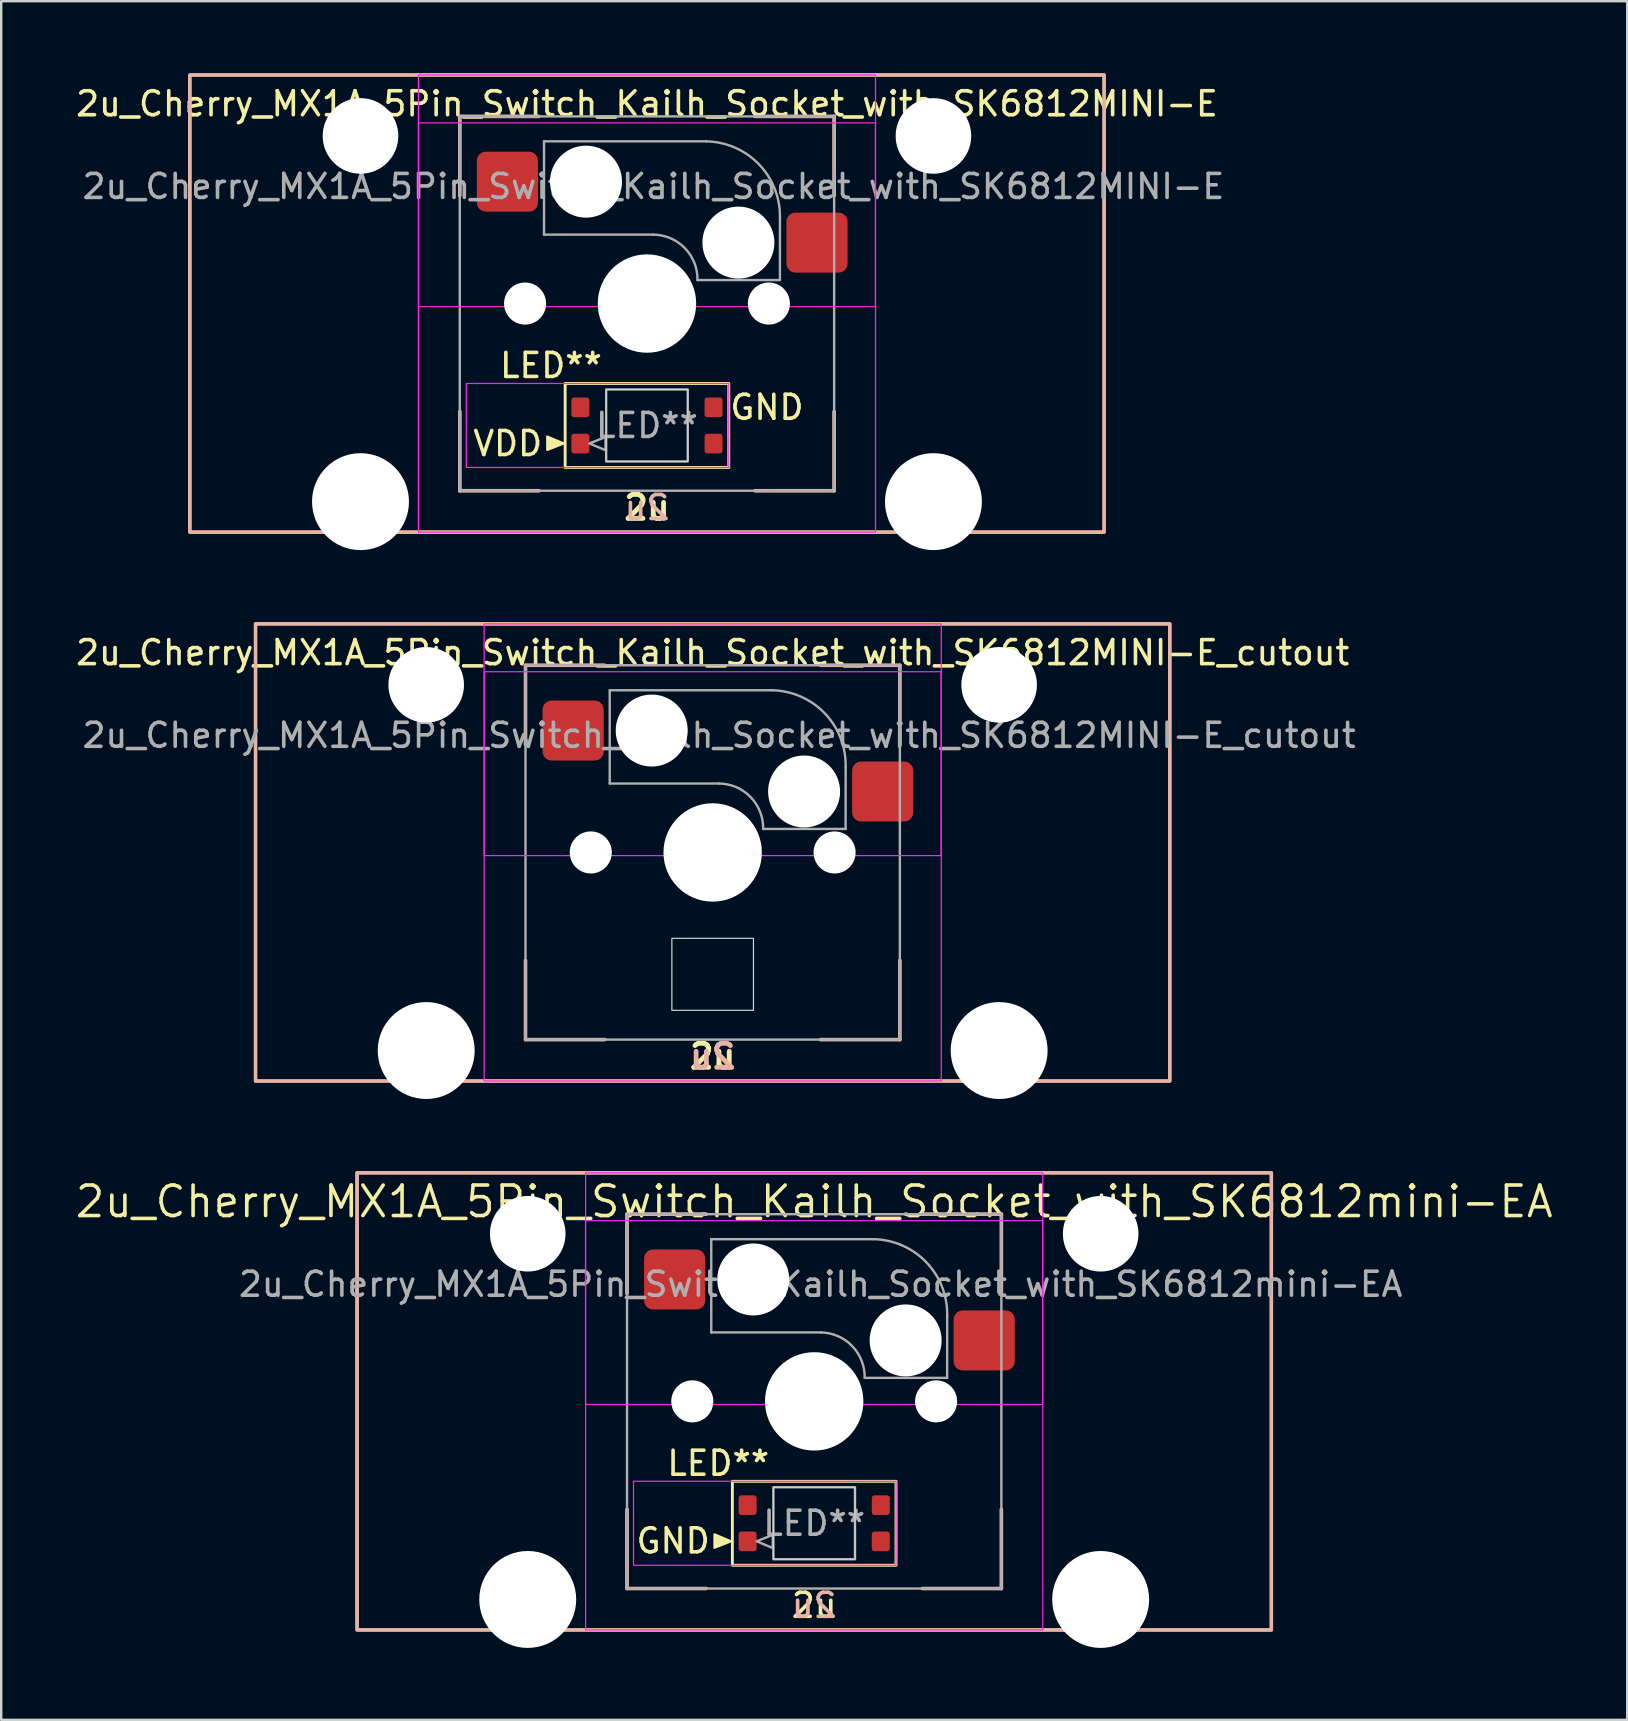
<source format=kicad_pcb>
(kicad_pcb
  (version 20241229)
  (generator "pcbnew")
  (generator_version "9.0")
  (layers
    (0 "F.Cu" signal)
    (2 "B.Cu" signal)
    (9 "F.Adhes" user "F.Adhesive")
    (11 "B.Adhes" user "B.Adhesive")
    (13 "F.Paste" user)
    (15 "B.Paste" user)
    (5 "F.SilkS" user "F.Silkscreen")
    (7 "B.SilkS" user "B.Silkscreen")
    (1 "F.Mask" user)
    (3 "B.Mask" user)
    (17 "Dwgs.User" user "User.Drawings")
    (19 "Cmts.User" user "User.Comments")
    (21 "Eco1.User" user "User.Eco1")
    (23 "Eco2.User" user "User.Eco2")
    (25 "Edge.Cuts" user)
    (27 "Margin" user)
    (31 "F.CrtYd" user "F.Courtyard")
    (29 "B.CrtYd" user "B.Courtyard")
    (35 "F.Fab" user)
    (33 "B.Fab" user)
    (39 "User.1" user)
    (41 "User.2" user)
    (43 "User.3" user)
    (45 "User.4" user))
  (footprint "2u_Cherry_MX1A_5Pin_Switch_Kailh_Socket_with_SK6812MINI-E"
    (layer "F.Cu")
    (at 23.911 9.6)
    (property "Reference" "2u_Cherry_MX1A_5Pin_Switch_Kailh_Socket_with_SK6812MINI-E" (at 0 -8.325 0) (layer "F.SilkS") (effects (font (size 1 1) (thickness 0.15))))
    (property "LED_Reference" "LED**" (at -4 2.58 0) (layer "F.SilkS") (effects (font (size 1 1) (thickness 0.15))))
    (property "Size" "2u" (at 0 8.5 0) (layer "F.SilkS") (effects (font (size 1 1) (thickness 0.2) (bold yes))))
    (attr smd)
    (fp_line (start -7.8 -7.8) (end -7.8 -4.5) (stroke (width 0.12) (type default)) (layer "F.SilkS"))
    (fp_line (start -7.8 -7.8) (end -4.5 -7.8) (stroke (width 0.12) (type default)) (layer "F.SilkS"))
    (fp_line (start -7.8 7.8) (end -7.8 4.5) (stroke (width 0.12) (type solid)) (layer "F.SilkS"))
    (fp_line (start -7.8 7.8) (end -4.5 7.8) (stroke (width 0.12) (type default)) (layer "F.SilkS"))
    (fp_line (start 7.8 -7.8) (end 4.5 -7.8) (stroke (width 0.12) (type default)) (layer "F.SilkS"))
    (fp_line (start 7.8 -7.8) (end 7.8 -4.5) (stroke (width 0.12) (type default)) (layer "F.SilkS"))
    (fp_line (start 7.8 7.8) (end 4.5 7.8) (stroke (width 0.12) (type default)) (layer "F.SilkS"))
    (fp_line (start 7.8 7.8) (end 7.8 4.5) (stroke (width 0.12) (type default)) (layer "F.SilkS"))
    (fp_rect (start -19.05 -9.525) (end 19.05 9.525) (stroke (width 0.12) (type default)) (fill no) (layer "F.SilkS"))
    (fp_rect (start -3.41 3.33) (end 3.41 6.83) (stroke (width 0.12) (type default)) (fill no) (layer "F.SilkS"))
    (fp_poly (pts (xy -3.48 5.83) (xy -4.153 5.547) (xy -4.153 5.55) (xy -4.153 6.097)) (stroke (width 0.1) (type solid)) (fill yes) (layer "F.SilkS"))
    (fp_line (start -7.8 -7.8) (end -7.8 -4.5) (stroke (width 0.15) (type default)) (layer "B.SilkS"))
    (fp_line (start -7.8 -7.8) (end -4.5 -7.8) (stroke (width 0.15) (type default)) (layer "B.SilkS"))
    (fp_line (start -7.8 7.8) (end -7.8 4.5) (stroke (width 0.15) (type default)) (layer "B.SilkS"))
    (fp_line (start -7.8 7.8) (end -4.5 7.8) (stroke (width 0.15) (type default)) (layer "B.SilkS"))
    (fp_line (start 7.8 -7.8) (end 4.5 -7.8) (stroke (width 0.15) (type default)) (layer "B.SilkS"))
    (fp_line (start 7.8 -7.8) (end 7.8 -4.5) (stroke (width 0.15) (type default)) (layer "B.SilkS"))
    (fp_line (start 7.8 7.8) (end 4.5 7.8) (stroke (width 0.15) (type default)) (layer "B.SilkS"))
    (fp_line (start 7.8 7.8) (end 7.8 4.5) (stroke (width 0.15) (type default)) (layer "B.SilkS"))
    (fp_rect (start -19.05 -9.525) (end 19.05 9.525) (stroke (width 0.15) (type default)) (fill no) (layer "B.SilkS"))
    (fp_rect (start -1.7 3.58) (end 1.7 6.58) (stroke (width 0.05) (type default)) (fill no) (layer "Edge.Cuts"))
    (fp_rect (start -9.525 -9.525) (end 9.525 9.525) (stroke (width 0.05) (type default)) (fill no) (layer "F.CrtYd"))
    (fp_rect (start -9.52 -7.53) (end 9.52 0.13) (stroke (width 0.05) (type default)) (fill no) (layer "F.CrtYd"))
    (fp_rect (start -7.53 3.33) (end 3.41 6.83) (stroke (width 0.05) (type default)) (fill no) (layer "F.CrtYd"))
    (fp_line (start -4.29 -2.873) (end -4.29 -6.759) (stroke (width 0.1) (type default)) (layer "F.Fab"))
    (fp_line (start 0.269 -2.873) (end -4.29 -2.873) (stroke (width 0.1) (type default)) (layer "F.Fab"))
    (fp_line (start 2.455 -6.759) (end -4.29 -6.759) (stroke (width 0.1) (type default)) (layer "F.Fab"))
    (fp_line (start 5.54 -0.98) (end 2.105 -0.98) (stroke (width 0.1) (type default)) (layer "F.Fab"))
    (fp_line (start 5.54 -0.98) (end 5.542 -3.577) (stroke (width 0.1) (type default)) (layer "F.Fab"))
    (fp_rect (start -7.8 -7.8) (end 7.8 7.8) (stroke (width 0.1) (type default)) (fill no) (layer "F.Fab"))
    (fp_rect (start -1.7 3.58) (end 1.7 6.58) (stroke (width 0.1) (type default)) (fill no) (layer "F.Fab"))
    (fp_arc (start 0.268782 -2.872715) (mid 1.580341 -2.308063) (end 2.105 -0.98) (stroke (width 0.1) (type default)) (layer "F.Fab"))
    (fp_arc (start 2.45495 -6.759322) (mid 4.66 -5.81) (end 5.542076 -3.577199) (stroke (width 0.1) (type default)) (layer "F.Fab"))
    (fp_poly (pts (xy -2.4 5.83) (xy -1.727 6.113) (xy -1.727 6.11) (xy -1.727 5.563)) (stroke (width 0.1) (type solid)) (fill no) (layer "F.Fab"))
    (fp_text user "VDD" (at -5.8 5.835 0) (unlocked yes) (layer "F.SilkS") (effects (font (size 1 1) (thickness 0.15))))
    (fp_text user "GND" (at 5 4.325 0) (unlocked yes) (layer "F.SilkS") (effects (font (size 1 1) (thickness 0.15))))
    (fp_text user "${Size}" (at 0 8.5 0) (unlocked yes) (layer "B.SilkS") (effects (font (size 1 1) (thickness 0.15)) (justify mirror)))
    (fp_text user "${LED_Reference}" (at 0 5.08 0) (unlocked yes) (layer "F.Fab") (effects (font (size 1 1) (thickness 0.15))))
    (fp_text user "${REFERENCE}" (at 0.269 -4.88 0) (layer "F.Fab") (effects (font (size 1 1) (thickness 0.15))))
    (pad "" np_thru_hole circle (at -11.938 -6.985) (size 3.15 3.15) (drill 3.15) (layers "*.Cu" "*.Mask"))
    (pad "" np_thru_hole circle (at -11.938 8.255) (size 4.039 4.039) (drill 4.039) (layers "*.Cu" "*.Mask"))
    (pad "" np_thru_hole circle (at -5.08 0) (size 1.753 1.753) (drill 1.753) (layers "*.Cu" "*.Mask"))
    (pad "" np_thru_hole circle (at -2.54 -5.08) (size 3 3) (drill 3) (layers "*.Cu" "*.Mask"))
    (pad "" np_thru_hole circle (at 0 0) (size 4.1 4.1) (drill 4.1) (layers "*.Cu" "*.Mask"))
    (pad "" np_thru_hole circle (at 3.81 -2.54) (size 3 3) (drill 3) (layers "*.Cu" "*.Mask"))
    (pad "" np_thru_hole circle (at 5.08 0) (size 1.753 1.753) (drill 1.753) (layers "*.Cu" "*.Mask"))
    (pad "" np_thru_hole circle (at 11.938 -6.985) (size 3.15 3.15) (drill 3.15) (layers "*.Cu" "*.Mask"))
    (pad "" np_thru_hole circle (at 11.938 8.255) (size 4.039 4.039) (drill 4.039) (layers "*.Cu" "*.Mask"))
    (pad "1" smd roundrect (at -2.775 5.835) (size 0.75 0.82) (layers "F.Cu" "F.Mask" "F.Paste") (roundrect_rratio 0.15))
    (pad "2" smd roundrect (at -2.775 4.325) (size 0.75 0.82) (layers "F.Cu" "F.Mask" "F.Paste") (roundrect_rratio 0.15))
    (pad "3" smd roundrect (at 2.775 4.325) (size 0.75 0.82) (layers "F.Cu" "F.Mask" "F.Paste") (roundrect_rratio 0.15))
    (pad "4" smd roundrect (at 2.775 5.835) (size 0.75 0.82) (layers "F.Cu" "F.Mask" "F.Paste") (roundrect_rratio 0.15))
    (pad "5" smd roundrect (at -5.815 -5.08) (size 2.55 2.5) (layers "F.Cu" "F.Mask" "F.Paste") (roundrect_rratio 0.15))
    (pad "6" smd roundrect (at 7.085 -2.54) (size 2.55 2.5) (layers "F.Cu" "F.Mask" "F.Paste") (roundrect_rratio 0.15)))
  (footprint "2u_Cherry_MX1A_5Pin_Switch_Kailh_Socket_with_SK6812mini-EA"
    (layer "F.Cu")
    (at 30.88 55.349)
    (property "Reference" "2u_Cherry_MX1A_5Pin_Switch_Kailh_Socket_with_SK6812mini-EA" (at 0 -8.325 0) (layer "F.SilkS") (effects (font (size 1.27 1.27) (thickness 0.15))))
    (property "LED_Reference" "LED**" (at -4 2.58 0) (layer "F.SilkS") (effects (font (size 1 1) (thickness 0.15))))
    (property "Size" "2u" (at 0 8.5 0) (layer "F.SilkS") (effects (font (size 1 1) (thickness 0.15))))
    (attr smd)
    (fp_line (start -7.8 -7.8) (end -7.8 -4.5) (stroke (width 0.12) (type default)) (layer "F.SilkS"))
    (fp_line (start -7.8 -7.8) (end -4.5 -7.8) (stroke (width 0.12) (type default)) (layer "F.SilkS"))
    (fp_line (start -7.8 7.8) (end -7.8 4.5) (stroke (width 0.12) (type solid)) (layer "F.SilkS"))
    (fp_line (start -7.8 7.8) (end -4.5 7.8) (stroke (width 0.12) (type default)) (layer "F.SilkS"))
    (fp_line (start 7.8 -7.8) (end 4.5 -7.8) (stroke (width 0.12) (type default)) (layer "F.SilkS"))
    (fp_line (start 7.8 -7.8) (end 7.8 -4.5) (stroke (width 0.12) (type default)) (layer "F.SilkS"))
    (fp_line (start 7.8 7.8) (end 4.5 7.8) (stroke (width 0.12) (type default)) (layer "F.SilkS"))
    (fp_line (start 7.8 7.8) (end 7.8 4.5) (stroke (width 0.12) (type default)) (layer "F.SilkS"))
    (fp_rect (start -19.05 -9.525) (end 19.05 9.525) (stroke (width 0.12) (type default)) (fill no) (layer "F.SilkS"))
    (fp_rect (start -3.41 3.33) (end 3.41 6.83) (stroke (width 0.12) (type default)) (fill no) (layer "F.SilkS"))
    (fp_poly (pts (xy -3.48 5.83) (xy -4.153 5.547) (xy -4.153 5.55) (xy -4.153 6.097)) (stroke (width 0.1) (type solid)) (fill yes) (layer "F.SilkS"))
    (fp_line (start -7.8 -7.8) (end -7.8 -4.5) (stroke (width 0.15) (type default)) (layer "B.SilkS"))
    (fp_line (start -7.8 -7.8) (end -4.5 -7.8) (stroke (width 0.15) (type default)) (layer "B.SilkS"))
    (fp_line (start -7.8 7.8) (end -7.8 4.5) (stroke (width 0.15) (type default)) (layer "B.SilkS"))
    (fp_line (start -7.8 7.8) (end -4.5 7.8) (stroke (width 0.15) (type default)) (layer "B.SilkS"))
    (fp_line (start 7.8 -7.8) (end 4.5 -7.8) (stroke (width 0.15) (type default)) (layer "B.SilkS"))
    (fp_line (start 7.8 -7.8) (end 7.8 -4.5) (stroke (width 0.15) (type default)) (layer "B.SilkS"))
    (fp_line (start 7.8 7.8) (end 4.5 7.8) (stroke (width 0.15) (type default)) (layer "B.SilkS"))
    (fp_line (start 7.8 7.8) (end 7.8 4.5) (stroke (width 0.15) (type default)) (layer "B.SilkS"))
    (fp_rect (start -19.05 -9.525) (end 19.05 9.525) (stroke (width 0.15) (type default)) (fill no) (layer "B.SilkS"))
    (fp_rect (start -1.7 3.58) (end 1.7 6.58) (stroke (width 0.05) (type default)) (fill no) (layer "Edge.Cuts"))
    (fp_rect (start -9.53 -7.53) (end 9.52 0.13) (stroke (width 0.05) (type default)) (fill no) (layer "F.CrtYd"))
    (fp_rect (start -9.525 -9.525) (end 9.525 9.525) (stroke (width 0.05) (type default)) (fill no) (layer "F.CrtYd"))
    (fp_rect (start -7.53 3.33) (end 3.41 6.83) (stroke (width 0.05) (type default)) (fill no) (layer "F.CrtYd"))
    (fp_line (start -4.29 -2.873) (end -4.29 -6.759) (stroke (width 0.1) (type default)) (layer "F.Fab"))
    (fp_line (start 0.269 -2.873) (end -4.29 -2.873) (stroke (width 0.1) (type default)) (layer "F.Fab"))
    (fp_line (start 2.455 -6.759) (end -4.29 -6.759) (stroke (width 0.1) (type default)) (layer "F.Fab"))
    (fp_line (start 5.54 -0.98) (end 2.105 -0.98) (stroke (width 0.1) (type default)) (layer "F.Fab"))
    (fp_line (start 5.54 -0.98) (end 5.542 -3.577) (stroke (width 0.1) (type default)) (layer "F.Fab"))
    (fp_rect (start -7.8 -7.8) (end 7.8 7.8) (stroke (width 0.1) (type default)) (fill no) (layer "F.Fab"))
    (fp_rect (start -1.7 3.58) (end 1.7 6.58) (stroke (width 0.1) (type default)) (fill no) (layer "F.Fab"))
    (fp_arc (start 0.268782 -2.872715) (mid 1.580341 -2.308063) (end 2.105 -0.98) (stroke (width 0.1) (type default)) (layer "F.Fab"))
    (fp_arc (start 2.45495 -6.759322) (mid 4.66 -5.81) (end 5.542076 -3.577199) (stroke (width 0.1) (type default)) (layer "F.Fab"))
    (fp_poly (pts (xy -2.4 5.83) (xy -1.727 6.113) (xy -1.727 6.11) (xy -1.727 5.563)) (stroke (width 0.1) (type solid)) (fill no) (layer "F.Fab"))
    (fp_text user "GND" (at -7.5 6.4 0) (unlocked yes) (layer "F.SilkS") (effects (font (size 1 1) (thickness 0.15)) (justify left bottom)))
    (fp_text user "${Size}" (at 0 8.5 0) (unlocked yes) (layer "B.SilkS") (effects (font (size 1 1) (thickness 0.15)) (justify mirror)))
    (fp_text user "${LED_Reference}" (at 0 5.08 0) (unlocked yes) (layer "F.Fab") (effects (font (size 1 1) (thickness 0.15))))
    (fp_text user "${REFERENCE}" (at 0.269 -4.88 0) (layer "F.Fab") (effects (font (size 1 1) (thickness 0.15))))
    (pad "" np_thru_hole circle (at -11.938 -6.985) (size 3.15 3.15) (drill 3.15) (layers "*.Cu" "*.Mask"))
    (pad "" np_thru_hole circle (at -11.938 8.255) (size 4.039 4.039) (drill 4.039) (layers "*.Cu" "*.Mask"))
    (pad "" np_thru_hole circle (at -5.08 0) (size 1.753 1.753) (drill 1.753) (layers "*.Cu" "*.Mask"))
    (pad "" np_thru_hole circle (at -2.54 -5.08) (size 3 3) (drill 3) (layers "*.Cu" "*.Mask"))
    (pad "" np_thru_hole circle (at 0 0) (size 4.1 4.1) (drill 4.1) (layers "*.Cu" "*.Mask"))
    (pad "" np_thru_hole circle (at 3.81 -2.54) (size 3 3) (drill 3) (layers "*.Cu" "*.Mask"))
    (pad "" np_thru_hole circle (at 5.08 0) (size 1.753 1.753) (drill 1.753) (layers "*.Cu" "*.Mask"))
    (pad "" np_thru_hole circle (at 11.938 -6.985) (size 3.15 3.15) (drill 3.15) (layers "*.Cu" "*.Mask"))
    (pad "" np_thru_hole circle (at 11.938 8.255) (size 4.039 4.039) (drill 4.039) (layers "*.Cu" "*.Mask"))
    (pad "1" smd roundrect (at -2.775 5.835) (size 0.75 0.82) (layers "F.Cu" "F.Mask" "F.Paste") (roundrect_rratio 0.15))
    (pad "2" smd roundrect (at -2.775 4.325) (size 0.75 0.82) (layers "F.Cu" "F.Mask" "F.Paste") (roundrect_rratio 0.15))
    (pad "3" smd roundrect (at 2.775 4.325) (size 0.75 0.82) (layers "F.Cu" "F.Mask" "F.Paste") (roundrect_rratio 0.15))
    (pad "4" smd roundrect (at 2.775 5.835) (size 0.75 0.82) (layers "F.Cu" "F.Mask" "F.Paste") (roundrect_rratio 0.15))
    (pad "5" smd roundrect (at -5.815 -5.08) (size 2.55 2.5) (layers "F.Cu" "F.Mask" "F.Paste") (roundrect_rratio 0.15))
    (pad "6" smd roundrect (at 7.085 -2.54) (size 2.55 2.5) (layers "F.Cu" "F.Mask" "F.Paste") (roundrect_rratio 0.15)))
  (footprint "2u_Cherry_MX1A_5Pin_Switch_Kailh_Socket_with_SK6812MINI-E_cutout"
    (layer "F.Cu")
    (at 26.649 32.474)
    (property "Reference" "2u_Cherry_MX1A_5Pin_Switch_Kailh_Socket_with_SK6812MINI-E_cutout" (at 0 -8.325 0) (layer "F.SilkS") (effects (font (size 1 1) (thickness 0.15))))
    (property "Size" "2u" (at 0 8.5 0) (layer "F.SilkS") (effects (font (size 1 1) (thickness 0.2) (bold yes))))
    (attr smd)
    (fp_line (start -7.8 -7.8) (end -7.8 -4.5) (stroke (width 0.12) (type default)) (layer "F.SilkS"))
    (fp_line (start -7.8 -7.8) (end -4.5 -7.8) (stroke (width 0.12) (type default)) (layer "F.SilkS"))
    (fp_line (start -7.8 7.8) (end -7.8 4.5) (stroke (width 0.12) (type solid)) (layer "F.SilkS"))
    (fp_line (start -7.8 7.8) (end -4.5 7.8) (stroke (width 0.12) (type default)) (layer "F.SilkS"))
    (fp_line (start 7.8 -7.8) (end 4.5 -7.8) (stroke (width 0.12) (type default)) (layer "F.SilkS"))
    (fp_line (start 7.8 -7.8) (end 7.8 -4.5) (stroke (width 0.12) (type default)) (layer "F.SilkS"))
    (fp_line (start 7.8 7.8) (end 4.5 7.8) (stroke (width 0.12) (type default)) (layer "F.SilkS"))
    (fp_line (start 7.8 7.8) (end 7.8 4.5) (stroke (width 0.12) (type default)) (layer "F.SilkS"))
    (fp_rect (start -19.05 -9.525) (end 19.05 9.525) (stroke (width 0.12) (type default)) (fill no) (layer "F.SilkS"))
    (fp_line (start -7.8 -7.8) (end -7.8 -4.5) (stroke (width 0.15) (type default)) (layer "B.SilkS"))
    (fp_line (start -7.8 -7.8) (end -4.5 -7.8) (stroke (width 0.15) (type default)) (layer "B.SilkS"))
    (fp_line (start -7.8 7.8) (end -7.8 4.5) (stroke (width 0.15) (type default)) (layer "B.SilkS"))
    (fp_line (start -7.8 7.8) (end -4.5 7.8) (stroke (width 0.15) (type default)) (layer "B.SilkS"))
    (fp_line (start 7.8 -7.8) (end 4.5 -7.8) (stroke (width 0.15) (type default)) (layer "B.SilkS"))
    (fp_line (start 7.8 -7.8) (end 7.8 -4.5) (stroke (width 0.15) (type default)) (layer "B.SilkS"))
    (fp_line (start 7.8 7.8) (end 4.5 7.8) (stroke (width 0.15) (type default)) (layer "B.SilkS"))
    (fp_line (start 7.8 7.8) (end 7.8 4.5) (stroke (width 0.15) (type default)) (layer "B.SilkS"))
    (fp_rect (start -19.05 -9.525) (end 19.05 9.525) (stroke (width 0.15) (type default)) (fill no) (layer "B.SilkS"))
    (fp_rect (start -1.7 3.58) (end 1.7 6.58) (stroke (width 0.05) (type default)) (fill no) (layer "Edge.Cuts"))
    (fp_rect (start -9.525 -9.525) (end 9.525 9.525) (stroke (width 0.05) (type default)) (fill no) (layer "F.CrtYd"))
    (fp_rect (start -9.52 -7.53) (end 9.52 0.13) (stroke (width 0.05) (type default)) (fill no) (layer "F.CrtYd"))
    (fp_line (start -4.29 -2.873) (end -4.29 -6.759) (stroke (width 0.1) (type default)) (layer "F.Fab"))
    (fp_line (start 0.269 -2.873) (end -4.29 -2.873) (stroke (width 0.1) (type default)) (layer "F.Fab"))
    (fp_line (start 2.455 -6.759) (end -4.29 -6.759) (stroke (width 0.1) (type default)) (layer "F.Fab"))
    (fp_line (start 5.54 -0.98) (end 2.105 -0.98) (stroke (width 0.1) (type default)) (layer "F.Fab"))
    (fp_line (start 5.54 -0.98) (end 5.542 -3.577) (stroke (width 0.1) (type default)) (layer "F.Fab"))
    (fp_rect (start -7.8 -7.8) (end 7.8 7.8) (stroke (width 0.1) (type default)) (fill no) (layer "F.Fab"))
    (fp_arc (start 0.268782 -2.872715) (mid 1.580341 -2.308063) (end 2.105 -0.98) (stroke (width 0.1) (type default)) (layer "F.Fab"))
    (fp_arc (start 2.45495 -6.759322) (mid 4.66 -5.81) (end 5.542076 -3.577199) (stroke (width 0.1) (type default)) (layer "F.Fab"))
    (fp_text user "${Size}" (at 0 8.5 0) (unlocked yes) (layer "B.SilkS") (effects (font (size 1 1) (thickness 0.2) (bold yes)) (justify mirror)))
    (fp_text user "${REFERENCE}" (at 0.269 -4.88 0) (layer "F.Fab") (effects (font (size 1 1) (thickness 0.15))))
    (pad "" np_thru_hole circle (at -11.938 -6.985) (size 3.15 3.15) (drill 3.15) (layers "*.Cu" "*.Mask"))
    (pad "" np_thru_hole circle (at -11.938 8.255) (size 4.039 4.039) (drill 4.039) (layers "*.Cu" "*.Mask"))
    (pad "" np_thru_hole circle (at -5.08 0) (size 1.753 1.753) (drill 1.753) (layers "*.Cu" "*.Mask"))
    (pad "" np_thru_hole circle (at -2.54 -5.08) (size 3 3) (drill 3) (layers "*.Cu" "*.Mask"))
    (pad "" np_thru_hole circle (at 0 0) (size 4.1 4.1) (drill 4.1) (layers "*.Cu" "*.Mask"))
    (pad "" np_thru_hole circle (at 3.81 -2.54) (size 3 3) (drill 3) (layers "*.Cu" "*.Mask"))
    (pad "" np_thru_hole circle (at 5.08 0) (size 1.753 1.753) (drill 1.753) (layers "*.Cu" "*.Mask"))
    (pad "" np_thru_hole circle (at 11.938 -6.985) (size 3.15 3.15) (drill 3.15) (layers "*.Cu" "*.Mask"))
    (pad "" np_thru_hole circle (at 11.938 8.255) (size 4.039 4.039) (drill 4.039) (layers "*.Cu" "*.Mask"))
    (pad "1" smd roundrect (at -5.815 -5.08) (size 2.55 2.5) (layers "F.Cu" "F.Mask" "F.Paste") (roundrect_rratio 0.15))
    (pad "2" smd roundrect (at 7.085 -2.54) (size 2.55 2.5) (layers "F.Cu" "F.Mask" "F.Paste") (roundrect_rratio 0.15)))
  (gr_rect
    (start -3 -3)
    (end 64.761 68.623)
    (stroke (width 0.1) (type default))
    (fill no)
    (layer "Edge.Cuts")))
</source>
